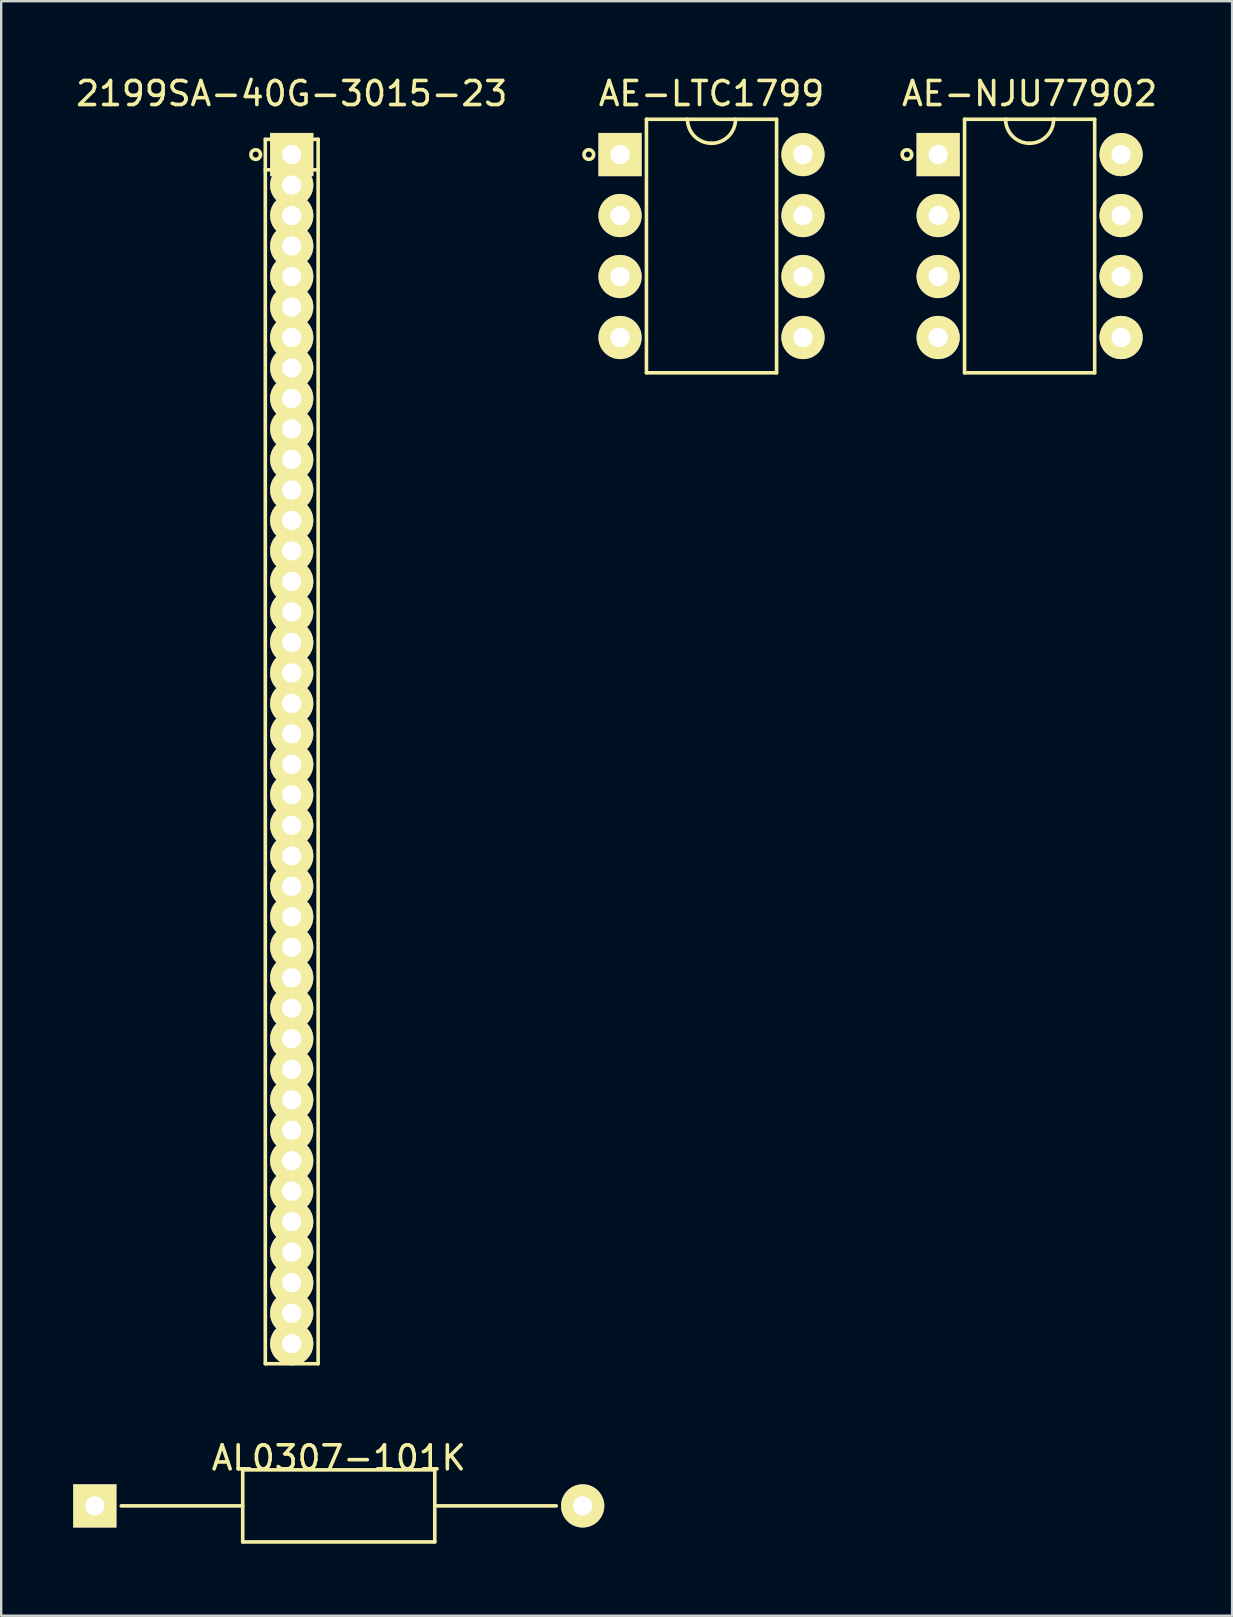
<source format=kicad_pcb>
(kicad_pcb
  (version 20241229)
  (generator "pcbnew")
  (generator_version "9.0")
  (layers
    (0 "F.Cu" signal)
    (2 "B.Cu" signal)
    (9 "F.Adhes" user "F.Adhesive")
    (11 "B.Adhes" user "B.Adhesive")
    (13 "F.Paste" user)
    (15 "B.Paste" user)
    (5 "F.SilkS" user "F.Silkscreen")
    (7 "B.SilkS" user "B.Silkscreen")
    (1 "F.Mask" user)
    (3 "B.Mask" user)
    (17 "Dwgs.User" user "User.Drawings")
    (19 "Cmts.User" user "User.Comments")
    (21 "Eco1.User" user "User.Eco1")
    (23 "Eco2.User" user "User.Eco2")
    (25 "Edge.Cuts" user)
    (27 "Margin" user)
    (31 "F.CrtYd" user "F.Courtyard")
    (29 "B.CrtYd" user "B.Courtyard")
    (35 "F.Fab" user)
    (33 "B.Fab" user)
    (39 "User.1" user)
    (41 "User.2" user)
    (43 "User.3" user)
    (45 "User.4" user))
  (footprint "AE-LTC1799"
    (layer "F.Cu")
    (at 22.777 3.388)
    (property "Reference" "AE-LTC1799" (at 3.81 -2.54 0) (layer "F.SilkS") (effects (font (size 1 1) (thickness 0.15))))
    (attr through_hole)
    (fp_line (start 1.1 -1.47) (end 6.52 -1.47) (stroke (width 0.15) (type solid)) (layer "F.SilkS"))
    (fp_line (start 1.1 9.09) (end 1.1 -1.47) (stroke (width 0.15) (type solid)) (layer "F.SilkS"))
    (fp_line (start 6.52 -1.47) (end 6.52 9.09) (stroke (width 0.15) (type solid)) (layer "F.SilkS"))
    (fp_line (start 6.52 9.09) (end 1.1 9.09) (stroke (width 0.15) (type solid)) (layer "F.SilkS"))
    (fp_arc (start 3.81 -0.47) (mid 3.102893 -0.762893) (end 2.81 -1.47) (stroke (width 0.15) (type solid)) (layer "F.SilkS"))
    (fp_arc (start 4.81 -1.47) (mid 4.517107 -0.762893) (end 3.81 -0.47) (stroke (width 0.15) (type solid)) (layer "F.SilkS"))
    (fp_circle (center -1.3 0) (end -1.3 0.2) (stroke (width 0.15) (type solid)) (fill no) (layer "F.SilkS"))
    (pad "1" thru_hole rect (at 0 0) (size 1.8 1.8) (drill 0.8) (layers "*.Cu" "*.Mask" "F.SilkS"))
    (pad "2" thru_hole circle (at 0 2.54) (size 1.8 1.8) (drill 0.8) (layers "*.Cu" "*.Mask" "F.SilkS"))
    (pad "3" thru_hole circle (at 0 5.08) (size 1.8 1.8) (drill 0.8) (layers "*.Cu" "*.Mask" "F.SilkS"))
    (pad "4" thru_hole circle (at 0 7.62) (size 1.8 1.8) (drill 0.8) (layers "*.Cu" "*.Mask" "F.SilkS"))
    (pad "5" thru_hole circle (at 7.62 7.62) (size 1.8 1.8) (drill 0.8) (layers "*.Cu" "*.Mask" "F.SilkS"))
    (pad "6" thru_hole circle (at 7.62 5.08) (size 1.8 1.8) (drill 0.8) (layers "*.Cu" "*.Mask" "F.SilkS"))
    (pad "7" thru_hole circle (at 7.62 2.54) (size 1.8 1.8) (drill 0.8) (layers "*.Cu" "*.Mask" "F.SilkS"))
    (pad "8" thru_hole circle (at 7.62 0) (size 1.8 1.8) (drill 0.8) (layers "*.Cu" "*.Mask" "F.SilkS")))
  (footprint "2199SA-40G-3015-23"
    (layer "F.Cu")
    (at 9.101 3.388)
    (property "Reference" "2199SA-40G-3015-23" (at 0 -2.54 0) (layer "F.SilkS") (effects (font (size 1 1) (thickness 0.15))))
    (attr through_hole)
    (fp_line (start -1.1 -0.635) (end 1.1 -0.635) (stroke (width 0.15) (type solid)) (layer "F.SilkS"))
    (fp_line (start -1.1 0.635) (end 1.1 0.635) (stroke (width 0.15) (type solid)) (layer "F.SilkS"))
    (fp_line (start -1.1 50.365) (end -1.1 -0.635) (stroke (width 0.15) (type solid)) (layer "F.SilkS"))
    (fp_line (start 1.1 -0.635) (end 1.1 50.365) (stroke (width 0.15) (type solid)) (layer "F.SilkS"))
    (fp_line (start 1.1 50.365) (end -1.1 50.365) (stroke (width 0.15) (type solid)) (layer "F.SilkS"))
    (fp_circle (center -1.5 0) (end -1.5 0.2) (stroke (width 0.15) (type solid)) (fill no) (layer "F.SilkS"))
    (pad "1" thru_hole rect (at 0 0) (size 1.8 1.8) (drill 0.8) (layers "*.Cu" "*.Mask" "F.SilkS"))
    (pad "2" thru_hole circle (at 0 1.27) (size 1.8 1.8) (drill 0.8) (layers "*.Cu" "*.Mask" "F.SilkS"))
    (pad "3" thru_hole circle (at 0 2.54) (size 1.8 1.8) (drill 0.8) (layers "*.Cu" "*.Mask" "F.SilkS"))
    (pad "4" thru_hole circle (at 0 3.81) (size 1.8 1.8) (drill 0.8) (layers "*.Cu" "*.Mask" "F.SilkS"))
    (pad "5" thru_hole circle (at 0 5.08) (size 1.8 1.8) (drill 0.8) (layers "*.Cu" "*.Mask" "F.SilkS"))
    (pad "6" thru_hole circle (at 0 6.35) (size 1.8 1.8) (drill 0.8) (layers "*.Cu" "*.Mask" "F.SilkS"))
    (pad "7" thru_hole circle (at 0 7.62) (size 1.8 1.8) (drill 0.8) (layers "*.Cu" "*.Mask" "F.SilkS"))
    (pad "8" thru_hole circle (at 0 8.89) (size 1.8 1.8) (drill 0.8) (layers "*.Cu" "*.Mask" "F.SilkS"))
    (pad "9" thru_hole circle (at 0 10.16) (size 1.8 1.8) (drill 0.8) (layers "*.Cu" "*.Mask" "F.SilkS"))
    (pad "10" thru_hole circle (at 0 11.43) (size 1.8 1.8) (drill 0.8) (layers "*.Cu" "*.Mask" "F.SilkS"))
    (pad "11" thru_hole circle (at 0 12.7) (size 1.8 1.8) (drill 0.8) (layers "*.Cu" "*.Mask" "F.SilkS"))
    (pad "12" thru_hole circle (at 0 13.97) (size 1.8 1.8) (drill 0.8) (layers "*.Cu" "*.Mask" "F.SilkS"))
    (pad "13" thru_hole circle (at 0 15.24) (size 1.8 1.8) (drill 0.8) (layers "*.Cu" "*.Mask" "F.SilkS"))
    (pad "14" thru_hole circle (at 0 16.51) (size 1.8 1.8) (drill 0.8) (layers "*.Cu" "*.Mask" "F.SilkS"))
    (pad "15" thru_hole circle (at 0 17.78) (size 1.8 1.8) (drill 0.8) (layers "*.Cu" "*.Mask" "F.SilkS"))
    (pad "16" thru_hole circle (at 0 19.05) (size 1.8 1.8) (drill 0.8) (layers "*.Cu" "*.Mask" "F.SilkS"))
    (pad "17" thru_hole circle (at 0 20.32) (size 1.8 1.8) (drill 0.8) (layers "*.Cu" "*.Mask" "F.SilkS"))
    (pad "18" thru_hole circle (at 0 21.59) (size 1.8 1.8) (drill 0.8) (layers "*.Cu" "*.Mask" "F.SilkS"))
    (pad "19" thru_hole circle (at 0 22.86) (size 1.8 1.8) (drill 0.8) (layers "*.Cu" "*.Mask" "F.SilkS"))
    (pad "20" thru_hole circle (at 0 24.13) (size 1.8 1.8) (drill 0.8) (layers "*.Cu" "*.Mask" "F.SilkS"))
    (pad "21" thru_hole circle (at 0 25.4) (size 1.8 1.8) (drill 0.8) (layers "*.Cu" "*.Mask" "F.SilkS"))
    (pad "22" thru_hole circle (at 0 26.67) (size 1.8 1.8) (drill 0.8) (layers "*.Cu" "*.Mask" "F.SilkS"))
    (pad "23" thru_hole circle (at 0 27.94) (size 1.8 1.8) (drill 0.8) (layers "*.Cu" "*.Mask" "F.SilkS"))
    (pad "24" thru_hole circle (at 0 29.21) (size 1.8 1.8) (drill 0.8) (layers "*.Cu" "*.Mask" "F.SilkS"))
    (pad "25" thru_hole circle (at 0 30.48) (size 1.8 1.8) (drill 0.8) (layers "*.Cu" "*.Mask" "F.SilkS"))
    (pad "26" thru_hole circle (at 0 31.75) (size 1.8 1.8) (drill 0.8) (layers "*.Cu" "*.Mask" "F.SilkS"))
    (pad "27" thru_hole circle (at 0 33.02) (size 1.8 1.8) (drill 0.8) (layers "*.Cu" "*.Mask" "F.SilkS"))
    (pad "28" thru_hole circle (at 0 34.29) (size 1.8 1.8) (drill 0.8) (layers "*.Cu" "*.Mask" "F.SilkS"))
    (pad "29" thru_hole circle (at 0 35.56) (size 1.8 1.8) (drill 0.8) (layers "*.Cu" "*.Mask" "F.SilkS"))
    (pad "30" thru_hole circle (at 0 36.83) (size 1.8 1.8) (drill 0.8) (layers "*.Cu" "*.Mask" "F.SilkS"))
    (pad "31" thru_hole circle (at 0 38.1) (size 1.8 1.8) (drill 0.8) (layers "*.Cu" "*.Mask" "F.SilkS"))
    (pad "32" thru_hole circle (at 0 39.37) (size 1.8 1.8) (drill 0.8) (layers "*.Cu" "*.Mask" "F.SilkS"))
    (pad "33" thru_hole circle (at 0 40.64) (size 1.8 1.8) (drill 0.8) (layers "*.Cu" "*.Mask" "F.SilkS"))
    (pad "34" thru_hole circle (at 0 41.91) (size 1.8 1.8) (drill 0.8) (layers "*.Cu" "*.Mask" "F.SilkS"))
    (pad "35" thru_hole circle (at 0 43.18) (size 1.8 1.8) (drill 0.8) (layers "*.Cu" "*.Mask" "F.SilkS"))
    (pad "36" thru_hole circle (at 0 44.45) (size 1.8 1.8) (drill 0.8) (layers "*.Cu" "*.Mask" "F.SilkS"))
    (pad "37" thru_hole circle (at 0 45.72) (size 1.8 1.8) (drill 0.8) (layers "*.Cu" "*.Mask" "F.SilkS"))
    (pad "38" thru_hole circle (at 0 46.99) (size 1.8 1.8) (drill 0.8) (layers "*.Cu" "*.Mask" "F.SilkS"))
    (pad "39" thru_hole circle (at 0 48.26) (size 1.8 1.8) (drill 0.8) (layers "*.Cu" "*.Mask" "F.SilkS"))
    (pad "40" thru_hole circle (at 0 49.53) (size 1.8 1.8) (drill 0.8) (layers "*.Cu" "*.Mask" "F.SilkS")))
  (footprint "AL0307-101K"
    (layer "F.Cu")
    (at 0.9 59.676)
    (property "Reference" "AL0307-101K" (at 10.16 -2 0) (layer "F.SilkS") (effects (font (size 1 1) (thickness 0.15))))
    (attr through_hole)
    (fp_line (start 1.1 0) (end 6.16 0) (stroke (width 0.15) (type solid)) (layer "F.SilkS"))
    (fp_line (start 6.16 -1.5) (end 6.16 1.5) (stroke (width 0.15) (type solid)) (layer "F.SilkS"))
    (fp_line (start 6.16 -1.5) (end 14.16 -1.5) (stroke (width 0.15) (type solid)) (layer "F.SilkS"))
    (fp_line (start 6.16 1.5) (end 14.16 1.5) (stroke (width 0.15) (type solid)) (layer "F.SilkS"))
    (fp_line (start 14.16 0) (end 19.22 0) (stroke (width 0.15) (type solid)) (layer "F.SilkS"))
    (fp_line (start 14.16 1.5) (end 14.16 -1.5) (stroke (width 0.15) (type solid)) (layer "F.SilkS"))
    (pad "1" thru_hole rect (at 0 0) (size 1.8 1.8) (drill 0.8) (layers "*.Cu" "*.Mask" "F.SilkS"))
    (pad "2" thru_hole circle (at 20.32 0) (size 1.8 1.8) (drill 0.8) (layers "*.Cu" "*.Mask" "F.SilkS")))
  (footprint "AE-NJU77902"
    (layer "F.Cu")
    (at 36.027 3.388)
    (property "Reference" "AE-NJU77902" (at 3.81 -2.54 0) (layer "F.SilkS") (effects (font (size 1 1) (thickness 0.15))))
    (attr through_hole)
    (fp_line (start 1.1 -1.47) (end 6.52 -1.47) (stroke (width 0.15) (type solid)) (layer "F.SilkS"))
    (fp_line (start 1.1 9.09) (end 1.1 -1.47) (stroke (width 0.15) (type solid)) (layer "F.SilkS"))
    (fp_line (start 6.52 -1.47) (end 6.52 9.09) (stroke (width 0.15) (type solid)) (layer "F.SilkS"))
    (fp_line (start 6.52 9.09) (end 1.1 9.09) (stroke (width 0.15) (type solid)) (layer "F.SilkS"))
    (fp_arc (start 3.81 -0.47) (mid 3.102893 -0.762893) (end 2.81 -1.47) (stroke (width 0.15) (type solid)) (layer "F.SilkS"))
    (fp_arc (start 4.81 -1.47) (mid 4.517107 -0.762893) (end 3.81 -0.47) (stroke (width 0.15) (type solid)) (layer "F.SilkS"))
    (fp_circle (center -1.3 0) (end -1.3 0.2) (stroke (width 0.15) (type solid)) (fill no) (layer "F.SilkS"))
    (pad "1" thru_hole rect (at 0 0) (size 1.8 1.8) (drill 0.8) (layers "*.Cu" "*.Mask" "F.SilkS"))
    (pad "2" thru_hole circle (at 0 2.54) (size 1.8 1.8) (drill 0.8) (layers "*.Cu" "*.Mask" "F.SilkS"))
    (pad "3" thru_hole circle (at 0 5.08) (size 1.8 1.8) (drill 0.8) (layers "*.Cu" "*.Mask" "F.SilkS"))
    (pad "4" thru_hole circle (at 0 7.62) (size 1.8 1.8) (drill 0.8) (layers "*.Cu" "*.Mask" "F.SilkS"))
    (pad "5" thru_hole circle (at 7.62 7.62) (size 1.8 1.8) (drill 0.8) (layers "*.Cu" "*.Mask" "F.SilkS"))
    (pad "6" thru_hole circle (at 7.62 5.08) (size 1.8 1.8) (drill 0.8) (layers "*.Cu" "*.Mask" "F.SilkS"))
    (pad "7" thru_hole circle (at 7.62 2.54) (size 1.8 1.8) (drill 0.8) (layers "*.Cu" "*.Mask" "F.SilkS"))
    (pad "8" thru_hole circle (at 7.62 0) (size 1.8 1.8) (drill 0.8) (layers "*.Cu" "*.Mask" "F.SilkS")))
  (gr_rect
    (start -3 -3)
    (end 48.272 64.251)
    (stroke (width 0.1) (type default))
    (fill no)
    (layer "Edge.Cuts")))
</source>
